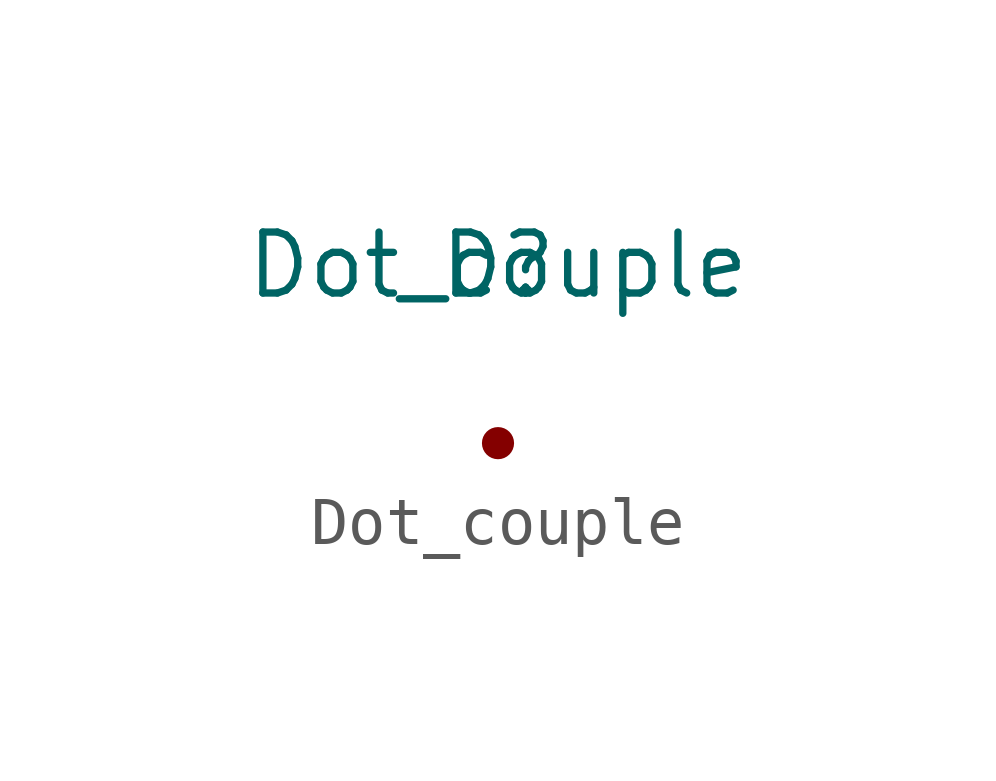
<source format=kicad_sym>
(kicad_symbol_lib
  (version 20220914)
  (generator kicad_symbol_editor)
  (symbol "Dot_couple"
    (property "Reference" "D"
      (at 0 0 0)
      (effects (font (size 1.27 1.27))))
    (property "Value" "Dot_couple"
      (at 0 0 0)
      (effects (font (size 1.27 1.27))))
    (symbol "Dot_couple_0_1"
      (circle (center 0 -3.708) (radius 0.259) (stroke (width 0.152) (type default)) (fill (type outline))))))
</source>
